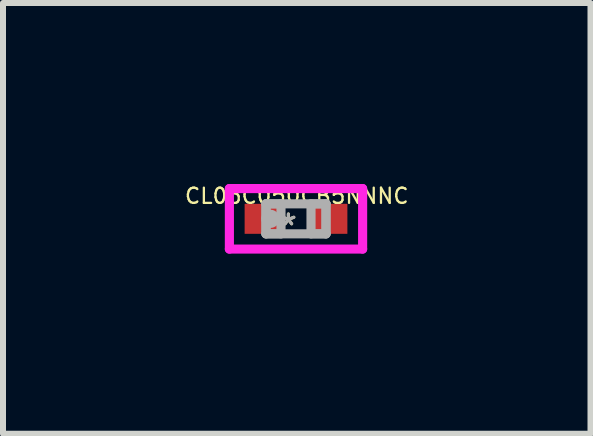
<source format=kicad_pcb>
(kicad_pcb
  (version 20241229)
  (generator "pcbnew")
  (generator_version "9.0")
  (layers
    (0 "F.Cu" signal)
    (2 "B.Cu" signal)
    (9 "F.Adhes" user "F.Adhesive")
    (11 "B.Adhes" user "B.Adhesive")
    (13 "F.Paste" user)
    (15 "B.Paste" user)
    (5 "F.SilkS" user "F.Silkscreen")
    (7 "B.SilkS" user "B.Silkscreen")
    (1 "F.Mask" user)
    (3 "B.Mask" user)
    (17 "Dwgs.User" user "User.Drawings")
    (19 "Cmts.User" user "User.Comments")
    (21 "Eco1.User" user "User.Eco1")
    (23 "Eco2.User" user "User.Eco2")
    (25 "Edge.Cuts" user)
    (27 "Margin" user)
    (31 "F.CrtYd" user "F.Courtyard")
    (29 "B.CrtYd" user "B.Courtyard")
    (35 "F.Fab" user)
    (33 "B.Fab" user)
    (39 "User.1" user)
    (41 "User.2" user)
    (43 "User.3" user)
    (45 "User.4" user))
  (footprint "CL05C050CB5NNNC"
    (layer "F.Cu")
    (at 1.882 0.596)
    (property "Reference" "CL05C050CB5NNNC" (at 0.013 -0.381 0) (layer "F.SilkS") (effects (font (size 0.254 0.254) (thickness 0.038))))
    (attr smd)
    (fp_line (start -1.11 -0.504) (end 1.11 -0.504) (stroke (width 0.152) (type solid)) (layer "F.CrtYd"))
    (fp_line (start -1.11 0.504) (end -1.11 -0.504) (stroke (width 0.152) (type solid)) (layer "F.CrtYd"))
    (fp_line (start 1.11 -0.504) (end 1.11 0.504) (stroke (width 0.152) (type solid)) (layer "F.CrtYd"))
    (fp_line (start 1.11 0.504) (end -1.11 0.504) (stroke (width 0.152) (type solid)) (layer "F.CrtYd"))
    (fp_line (start -0.5 -0.25) (end -0.5 0.25) (stroke (width 0.152) (type solid)) (layer "F.Fab"))
    (fp_line (start -0.5 -0.25) (end -0.5 0.25) (stroke (width 0.152) (type solid)) (layer "F.Fab"))
    (fp_line (start -0.5 0.25) (end -0.25 0.25) (stroke (width 0.152) (type solid)) (layer "F.Fab"))
    (fp_line (start -0.5 0.25) (end 0.5 0.25) (stroke (width 0.152) (type solid)) (layer "F.Fab"))
    (fp_line (start -0.25 -0.25) (end -0.5 -0.25) (stroke (width 0.152) (type solid)) (layer "F.Fab"))
    (fp_line (start -0.25 0.25) (end -0.25 -0.25) (stroke (width 0.152) (type solid)) (layer "F.Fab"))
    (fp_line (start 0.25 -0.25) (end 0.25 0.25) (stroke (width 0.152) (type solid)) (layer "F.Fab"))
    (fp_line (start 0.25 0.25) (end 0.5 0.25) (stroke (width 0.152) (type solid)) (layer "F.Fab"))
    (fp_line (start 0.5 -0.25) (end -0.5 -0.25) (stroke (width 0.152) (type solid)) (layer "F.Fab"))
    (fp_line (start 0.5 -0.25) (end 0.25 -0.25) (stroke (width 0.152) (type solid)) (layer "F.Fab"))
    (fp_line (start 0.5 0.25) (end 0.5 -0.25) (stroke (width 0.152) (type solid)) (layer "F.Fab"))
    (fp_line (start 0.5 0.25) (end 0.5 -0.25) (stroke (width 0.152) (type solid)) (layer "F.Fab"))
    (fp_circle (center -0.426 0) (end -0.426 0) (stroke (width 0.152) (type solid)) (fill no) (layer "F.Fab"))
    (fp_text user "*" (at -0.127 0.127 0) (layer "F.SilkS") (effects (font (size 0.381 0.381) (thickness 0.051))))
    (fp_text user "*" (at -0.127 0.127 0) (layer "F.Fab") (effects (font (size 0.381 0.381) (thickness 0.051))))
    (pad "1" smd rect (at -0.553 0) (size 0.606 0.5) (layers "F.Cu" "F.Mask" "F.Paste"))
    (pad "2" smd rect (at 0.553 0) (size 0.606 0.5) (layers "F.Cu" "F.Mask" "F.Paste")))
  (gr_rect
    (start -3 -3)
    (end 6.789 4.177)
    (stroke (width 0.1) (type default))
    (fill no)
    (layer "Edge.Cuts")))
</source>
